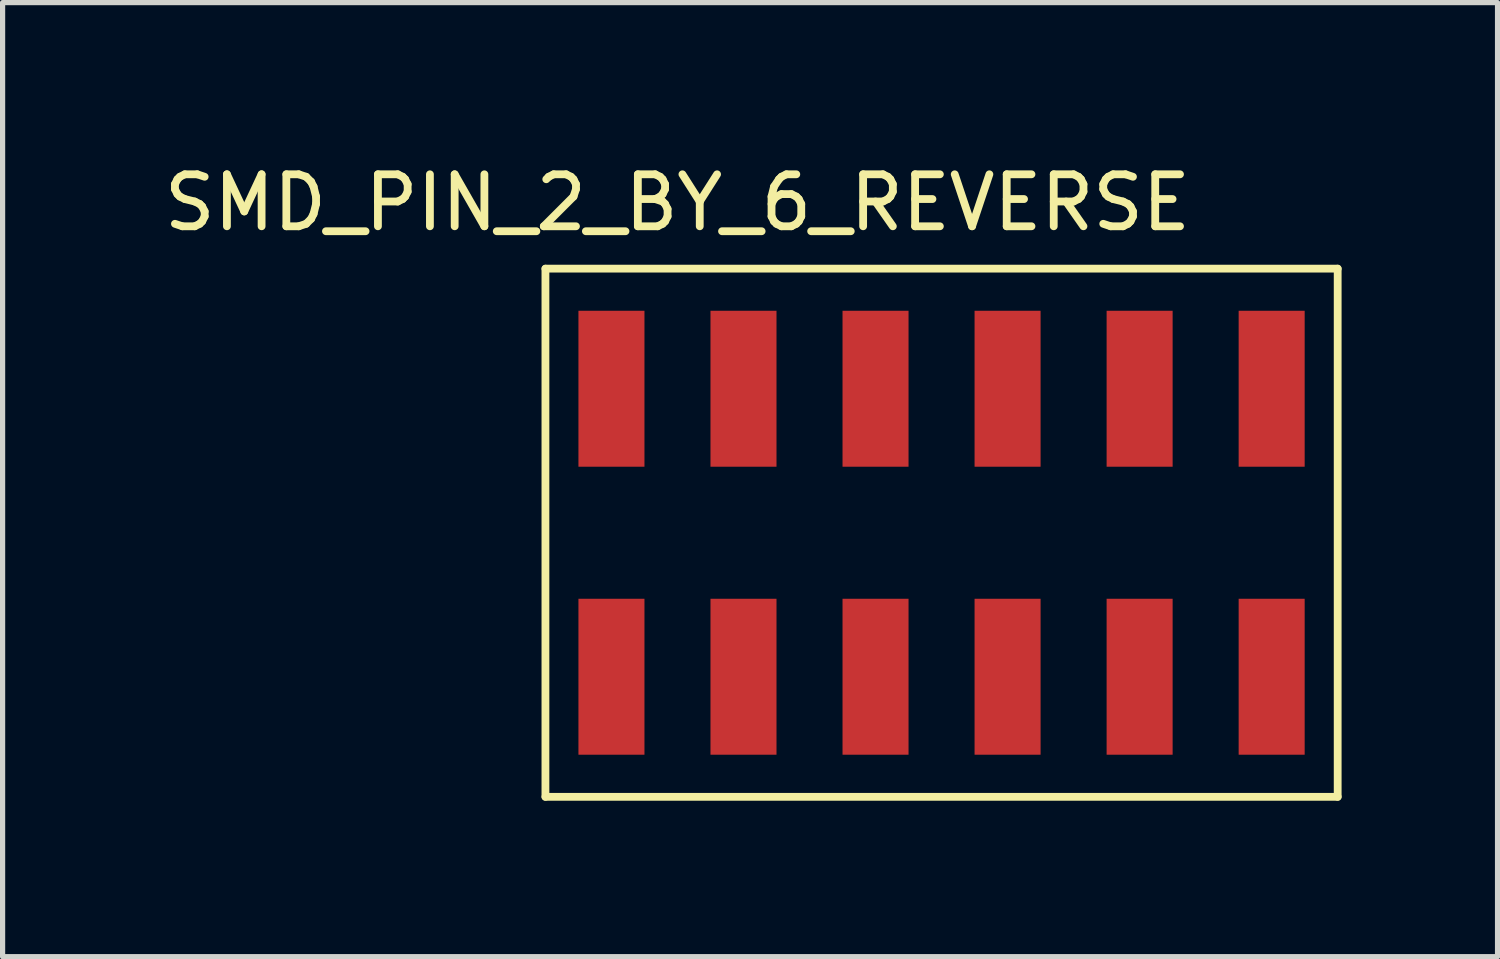
<source format=kicad_pcb>
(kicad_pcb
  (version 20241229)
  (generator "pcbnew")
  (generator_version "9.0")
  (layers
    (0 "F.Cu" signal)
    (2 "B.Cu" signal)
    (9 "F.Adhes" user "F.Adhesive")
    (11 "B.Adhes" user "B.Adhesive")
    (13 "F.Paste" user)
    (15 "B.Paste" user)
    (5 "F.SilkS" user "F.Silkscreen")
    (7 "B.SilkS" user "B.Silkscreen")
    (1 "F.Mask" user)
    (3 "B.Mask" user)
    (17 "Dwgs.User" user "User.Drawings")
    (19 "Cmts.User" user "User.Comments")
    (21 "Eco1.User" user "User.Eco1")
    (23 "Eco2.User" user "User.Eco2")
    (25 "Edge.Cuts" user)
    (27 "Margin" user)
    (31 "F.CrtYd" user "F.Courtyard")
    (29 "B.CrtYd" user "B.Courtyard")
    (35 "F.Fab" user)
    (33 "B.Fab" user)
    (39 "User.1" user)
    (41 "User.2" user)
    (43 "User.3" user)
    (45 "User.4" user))
  (footprint "SMD_PIN_2_BY_6_REVERSE"
    (layer "F.Cu")
    (at 8.712 5.928)
    (property "Reference" "SMD_PIN_2_BY_6_REVERSE" (at 1.27 -5.08 0) (layer "F.SilkS") (effects (font (size 1 1) (thickness 0.15))))
    (attr through_hole)
    (fp_line (start -1.27 -3.81) (end 13.97 -3.81) (stroke (width 0.15) (type solid)) (layer "F.SilkS"))
    (fp_line (start -1.27 6.35) (end -1.27 -3.81) (stroke (width 0.15) (type solid)) (layer "F.SilkS"))
    (fp_line (start 13.97 -3.81) (end 13.97 6.35) (stroke (width 0.15) (type solid)) (layer "F.SilkS"))
    (fp_line (start 13.97 6.35) (end -1.27 6.35) (stroke (width 0.15) (type solid)) (layer "F.SilkS"))
    (pad "1" smd rect (at 0 -1.5) (size 1.27 3) (layers "F.Cu" "F.Mask" "F.Paste"))
    (pad "2" smd rect (at 0 4.04) (size 1.27 3) (layers "F.Cu" "F.Mask" "F.Paste"))
    (pad "3" smd rect (at 2.54 -1.5) (size 1.27 3) (layers "F.Cu" "F.Mask" "F.Paste"))
    (pad "4" smd rect (at 2.54 4.04) (size 1.27 3) (layers "F.Cu" "F.Mask" "F.Paste"))
    (pad "5" smd rect (at 5.08 -1.5) (size 1.27 3) (layers "F.Cu" "F.Mask" "F.Paste"))
    (pad "6" smd rect (at 5.08 4.04) (size 1.27 3) (layers "F.Cu" "F.Mask" "F.Paste"))
    (pad "7" smd rect (at 7.62 -1.5) (size 1.27 3) (layers "F.Cu" "F.Mask" "F.Paste"))
    (pad "8" smd rect (at 7.62 4.04) (size 1.27 3) (layers "F.Cu" "F.Mask" "F.Paste"))
    (pad "9" smd rect (at 10.16 -1.5) (size 1.27 3) (layers "F.Cu" "F.Mask" "F.Paste"))
    (pad "10" smd rect (at 10.16 4.04) (size 1.27 3) (layers "F.Cu" "F.Mask" "F.Paste"))
    (pad "11" smd rect (at 12.7 -1.5) (size 1.27 3) (layers "F.Cu" "F.Mask" "F.Paste"))
    (pad "12" smd rect (at 12.7 4.04) (size 1.27 3) (layers "F.Cu" "F.Mask" "F.Paste")))
  (gr_rect
    (start -3 -3)
    (end 25.757 15.353)
    (stroke (width 0.1) (type default))
    (fill no)
    (layer "Edge.Cuts")))
</source>
